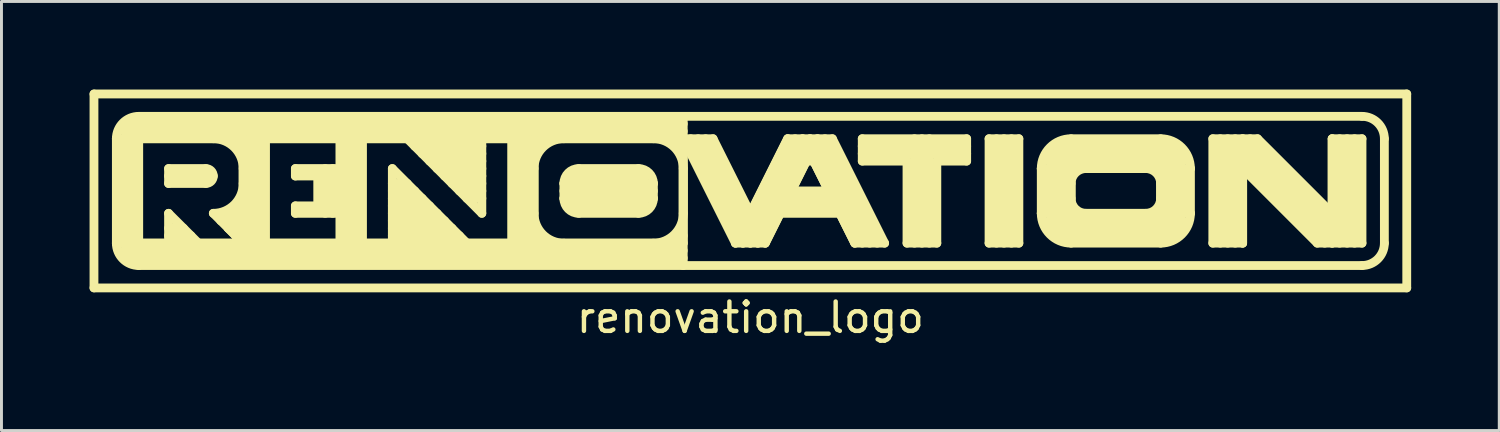
<source format=kicad_pcb>
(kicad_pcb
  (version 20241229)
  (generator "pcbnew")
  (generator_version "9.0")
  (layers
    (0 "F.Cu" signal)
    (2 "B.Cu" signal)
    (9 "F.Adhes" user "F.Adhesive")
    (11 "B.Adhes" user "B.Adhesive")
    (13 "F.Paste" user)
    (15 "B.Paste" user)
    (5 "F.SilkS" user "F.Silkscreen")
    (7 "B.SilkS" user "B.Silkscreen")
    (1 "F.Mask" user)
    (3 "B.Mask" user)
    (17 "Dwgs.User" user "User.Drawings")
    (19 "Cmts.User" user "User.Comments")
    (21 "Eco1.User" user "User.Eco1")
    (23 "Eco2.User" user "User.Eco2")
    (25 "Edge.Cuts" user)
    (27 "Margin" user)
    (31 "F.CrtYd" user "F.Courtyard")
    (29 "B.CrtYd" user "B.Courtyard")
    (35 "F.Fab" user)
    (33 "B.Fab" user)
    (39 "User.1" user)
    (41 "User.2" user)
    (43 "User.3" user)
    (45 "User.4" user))
  (footprint "renovation_logo"
    (layer "F.Cu")
    (at 22.502 7.262)
    (property "Reference" "renovation_logo" (at 0 0.5 0) (layer "F.SilkS") (effects (font (size 1 1) (thickness 0.15))))
    (attr through_hole)
    (fp_line (start -22.352 -7.112) (end -22.352 -0.508) (stroke (width 0.3) (type solid)) (layer "F.SilkS"))
    (fp_line (start -22.352 -7.112) (end 22.352 -7.112) (stroke (width 0.3) (type solid)) (layer "F.SilkS"))
    (fp_line (start -22.352 -0.508) (end 22.352 -0.508) (stroke (width 0.3) (type solid)) (layer "F.SilkS"))
    (fp_line (start -21.59 -5.588) (end -21.59 -2.032) (stroke (width 0.3) (type solid)) (layer "F.SilkS"))
    (fp_line (start -21.59 -5.588) (end -2.286 -5.588) (stroke (width 0.3) (type solid)) (layer "F.SilkS"))
    (fp_line (start -21.59 -2.032) (end -2.286 -2.032) (stroke (width 0.3) (type solid)) (layer "F.SilkS"))
    (fp_line (start -21.336 -6.096) (end -2.286 -6.096) (stroke (width 0.3) (type solid)) (layer "F.SilkS"))
    (fp_line (start -21.336 -5.842) (end -2.286 -5.842) (stroke (width 0.3) (type solid)) (layer "F.SilkS"))
    (fp_line (start -21.336 -5.588) (end -21.336 -2.032) (stroke (width 0.3) (type solid)) (layer "F.SilkS"))
    (fp_line (start -21.336 -1.778) (end -2.286 -1.778) (stroke (width 0.3) (type solid)) (layer "F.SilkS"))
    (fp_line (start -21.336 -1.524) (end -2.286 -1.524) (stroke (width 0.3) (type solid)) (layer "F.SilkS"))
    (fp_line (start -21.082 -5.588) (end -21.082 -2.032) (stroke (width 0.3) (type solid)) (layer "F.SilkS"))
    (fp_line (start -20.828 -6.35) (end 20.828 -6.35) (stroke (width 0.3) (type solid)) (layer "F.SilkS"))
    (fp_line (start -20.828 -5.588) (end -20.828 -2.032) (stroke (width 0.3) (type solid)) (layer "F.SilkS"))
    (fp_line (start -20.828 -2.032) (end -19.812 -2.032) (stroke (width 0.3) (type solid)) (layer "F.SilkS"))
    (fp_line (start -20.828 -1.27) (end 20.828 -1.27) (stroke (width 0.3) (type solid)) (layer "F.SilkS"))
    (fp_line (start -19.812 -4.572) (end -19.812 -4.064) (stroke (width 0.3) (type solid)) (layer "F.SilkS"))
    (fp_line (start -19.812 -4.572) (end -18.542 -4.572) (stroke (width 0.3) (type solid)) (layer "F.SilkS"))
    (fp_line (start -19.812 -4.318) (end -18.288 -4.318) (stroke (width 0.3) (type solid)) (layer "F.SilkS"))
    (fp_line (start -19.812 -4.064) (end -18.542 -4.064) (stroke (width 0.3) (type solid)) (layer "F.SilkS"))
    (fp_line (start -19.812 -3.048) (end -18.796 -2.032) (stroke (width 0.3) (type solid)) (layer "F.SilkS"))
    (fp_line (start -19.812 -2.54) (end -19.304 -2.54) (stroke (width 0.3) (type solid)) (layer "F.SilkS"))
    (fp_line (start -19.812 -2.286) (end -19.05 -2.286) (stroke (width 0.3) (type solid)) (layer "F.SilkS"))
    (fp_line (start -19.812 -2.032) (end -19.812 -3.048) (stroke (width 0.3) (type solid)) (layer "F.SilkS"))
    (fp_line (start -18.796 -2.032) (end -17.272 -2.032) (stroke (width 0.3) (type solid)) (layer "F.SilkS"))
    (fp_line (start -18.288 -5.588) (end -20.828 -5.588) (stroke (width 0.3) (type solid)) (layer "F.SilkS"))
    (fp_line (start -18.034 -3.048) (end -18.034 -2.794) (stroke (width 0.3) (type solid)) (layer "F.SilkS"))
    (fp_line (start -17.78 -2.54) (end -17.78 -3.048) (stroke (width 0.3) (type solid)) (layer "F.SilkS"))
    (fp_line (start -17.526 -5.334) (end -17.272 -5.334) (stroke (width 0.3) (type solid)) (layer "F.SilkS"))
    (fp_line (start -17.526 -3.302) (end -17.526 -2.286) (stroke (width 0.3) (type solid)) (layer "F.SilkS"))
    (fp_line (start -17.526 -2.286) (end -17.78 -2.54) (stroke (width 0.3) (type solid)) (layer "F.SilkS"))
    (fp_line (start -17.272 -5.588) (end -17.272 -2.032) (stroke (width 0.3) (type solid)) (layer "F.SilkS"))
    (fp_line (start -17.272 -4.572) (end -17.272 -4.064) (stroke (width 0.3) (type solid)) (layer "F.SilkS"))
    (fp_line (start -17.272 -2.032) (end -18.288 -3.048) (stroke (width 0.3) (type solid)) (layer "F.SilkS"))
    (fp_line (start -17.018 -5.588) (end -17.018 -2.032) (stroke (width 0.3) (type solid)) (layer "F.SilkS"))
    (fp_line (start -16.764 -5.588) (end -16.764 -2.032) (stroke (width 0.3) (type solid)) (layer "F.SilkS"))
    (fp_line (start -16.51 -5.588) (end -16.51 -2.032) (stroke (width 0.3) (type solid)) (layer "F.SilkS"))
    (fp_line (start -16.51 -2.032) (end -13.97 -2.032) (stroke (width 0.3) (type solid)) (layer "F.SilkS"))
    (fp_line (start -15.494 -4.318) (end -15.494 -4.572) (stroke (width 0.3) (type solid)) (layer "F.SilkS"))
    (fp_line (start -15.494 -3.048) (end -15.494 -3.302) (stroke (width 0.3) (type solid)) (layer "F.SilkS"))
    (fp_line (start -14.732 -4.318) (end -15.494 -4.318) (stroke (width 0.3) (type solid)) (layer "F.SilkS"))
    (fp_line (start -14.732 -3.302) (end -15.494 -3.302) (stroke (width 0.3) (type solid)) (layer "F.SilkS"))
    (fp_line (start -14.732 -3.302) (end -14.732 -4.318) (stroke (width 0.3) (type solid)) (layer "F.SilkS"))
    (fp_line (start -14.478 -4.572) (end -14.478 -3.048) (stroke (width 0.3) (type solid)) (layer "F.SilkS"))
    (fp_line (start -14.224 -4.572) (end -14.224 -3.048) (stroke (width 0.3) (type solid)) (layer "F.SilkS"))
    (fp_line (start -13.97 -5.588) (end -16.51 -5.588) (stroke (width 0.3) (type solid)) (layer "F.SilkS"))
    (fp_line (start -13.97 -5.588) (end -13.97 -2.032) (stroke (width 0.3) (type solid)) (layer "F.SilkS"))
    (fp_line (start -13.97 -4.572) (end -15.494 -4.572) (stroke (width 0.3) (type solid)) (layer "F.SilkS"))
    (fp_line (start -13.97 -4.572) (end -13.97 -5.588) (stroke (width 0.3) (type solid)) (layer "F.SilkS"))
    (fp_line (start -13.97 -3.048) (end -15.494 -3.048) (stroke (width 0.3) (type solid)) (layer "F.SilkS"))
    (fp_line (start -13.97 -2.032) (end -13.97 -3.048) (stroke (width 0.3) (type solid)) (layer "F.SilkS"))
    (fp_line (start -13.716 -5.588) (end -13.716 -2.032) (stroke (width 0.3) (type solid)) (layer "F.SilkS"))
    (fp_line (start -13.462 -5.588) (end -13.462 -2.032) (stroke (width 0.3) (type solid)) (layer "F.SilkS"))
    (fp_line (start -13.208 -5.588) (end -11.684 -5.588) (stroke (width 0.3) (type solid)) (layer "F.SilkS"))
    (fp_line (start -13.208 -2.032) (end -13.208 -5.588) (stroke (width 0.3) (type solid)) (layer "F.SilkS"))
    (fp_line (start -13.208 -2.032) (end -12.192 -2.032) (stroke (width 0.3) (type solid)) (layer "F.SilkS"))
    (fp_line (start -12.192 -4.572) (end -9.652 -2.032) (stroke (width 0.3) (type solid)) (layer "F.SilkS"))
    (fp_line (start -12.192 -4.064) (end -11.684 -4.064) (stroke (width 0.3) (type solid)) (layer "F.SilkS"))
    (fp_line (start -12.192 -3.81) (end -11.43 -3.81) (stroke (width 0.3) (type solid)) (layer "F.SilkS"))
    (fp_line (start -12.192 -3.556) (end -11.176 -3.556) (stroke (width 0.3) (type solid)) (layer "F.SilkS"))
    (fp_line (start -12.192 -3.302) (end -10.922 -3.302) (stroke (width 0.3) (type solid)) (layer "F.SilkS"))
    (fp_line (start -12.192 -3.048) (end -10.668 -3.048) (stroke (width 0.3) (type solid)) (layer "F.SilkS"))
    (fp_line (start -12.192 -2.794) (end -10.414 -2.794) (stroke (width 0.3) (type solid)) (layer "F.SilkS"))
    (fp_line (start -12.192 -2.54) (end -10.16 -2.54) (stroke (width 0.3) (type solid)) (layer "F.SilkS"))
    (fp_line (start -12.192 -2.286) (end -9.906 -2.286) (stroke (width 0.3) (type solid)) (layer "F.SilkS"))
    (fp_line (start -12.192 -2.032) (end -12.192 -4.572) (stroke (width 0.3) (type solid)) (layer "F.SilkS"))
    (fp_line (start -11.43 -5.334) (end -9.144 -5.334) (stroke (width 0.3) (type solid)) (layer "F.SilkS"))
    (fp_line (start -11.176 -5.08) (end -9.144 -5.08) (stroke (width 0.3) (type solid)) (layer "F.SilkS"))
    (fp_line (start -10.922 -4.826) (end -9.144 -4.826) (stroke (width 0.3) (type solid)) (layer "F.SilkS"))
    (fp_line (start -10.668 -4.572) (end -9.144 -4.572) (stroke (width 0.3) (type solid)) (layer "F.SilkS"))
    (fp_line (start -10.414 -4.318) (end -9.144 -4.318) (stroke (width 0.3) (type solid)) (layer "F.SilkS"))
    (fp_line (start -10.16 -4.064) (end -9.144 -4.064) (stroke (width 0.3) (type solid)) (layer "F.SilkS"))
    (fp_line (start -9.906 -3.81) (end -9.144 -3.81) (stroke (width 0.3) (type solid)) (layer "F.SilkS"))
    (fp_line (start -9.652 -3.556) (end -9.144 -3.556) (stroke (width 0.3) (type solid)) (layer "F.SilkS"))
    (fp_line (start -9.652 -2.032) (end -8.128 -2.032) (stroke (width 0.3) (type solid)) (layer "F.SilkS"))
    (fp_line (start -9.144 -5.588) (end -9.144 -3.048) (stroke (width 0.3) (type solid)) (layer "F.SilkS"))
    (fp_line (start -9.144 -3.048) (end -11.684 -5.588) (stroke (width 0.3) (type solid)) (layer "F.SilkS"))
    (fp_line (start -8.128 -5.588) (end -9.144 -5.588) (stroke (width 0.3) (type solid)) (layer "F.SilkS"))
    (fp_line (start -8.128 -2.032) (end -8.128 -5.588) (stroke (width 0.3) (type solid)) (layer "F.SilkS"))
    (fp_line (start -7.874 -5.588) (end -7.874 -2.032) (stroke (width 0.3) (type solid)) (layer "F.SilkS"))
    (fp_line (start -7.62 -5.588) (end -7.62 -2.032) (stroke (width 0.3) (type solid)) (layer "F.SilkS"))
    (fp_line (start -7.366 -5.588) (end -7.366 -2.032) (stroke (width 0.3) (type solid)) (layer "F.SilkS"))
    (fp_line (start -7.366 -5.334) (end -7.112 -5.334) (stroke (width 0.3) (type solid)) (layer "F.SilkS"))
    (fp_line (start -7.366 -4.572) (end -7.366 -3.048) (stroke (width 0.3) (type solid)) (layer "F.SilkS"))
    (fp_line (start -7.366 -2.286) (end -7.112 -2.286) (stroke (width 0.3) (type solid)) (layer "F.SilkS"))
    (fp_line (start -6.35 -4.064) (end -6.35 -3.556) (stroke (width 0.3) (type solid)) (layer "F.SilkS"))
    (fp_line (start -6.35 -4.064) (end -3.302 -4.064) (stroke (width 0.3) (type solid)) (layer "F.SilkS"))
    (fp_line (start -6.35 -3.81) (end -3.302 -3.81) (stroke (width 0.3) (type solid)) (layer "F.SilkS"))
    (fp_line (start -6.35 -3.556) (end -3.302 -3.556) (stroke (width 0.3) (type solid)) (layer "F.SilkS"))
    (fp_line (start -6.35 -2.032) (end -3.302 -2.032) (stroke (width 0.3) (type solid)) (layer "F.SilkS"))
    (fp_line (start -6.096 -4.318) (end -3.556 -4.318) (stroke (width 0.3) (type solid)) (layer "F.SilkS"))
    (fp_line (start -6.096 -3.302) (end -3.556 -3.302) (stroke (width 0.3) (type solid)) (layer "F.SilkS"))
    (fp_line (start -5.842 -3.048) (end -3.81 -3.048) (stroke (width 0.3) (type solid)) (layer "F.SilkS"))
    (fp_line (start -3.81 -4.572) (end -5.842 -4.572) (stroke (width 0.3) (type solid)) (layer "F.SilkS"))
    (fp_line (start -3.302 -5.588) (end -6.35 -5.588) (stroke (width 0.3) (type solid)) (layer "F.SilkS"))
    (fp_line (start -3.302 -3.556) (end -3.302 -4.064) (stroke (width 0.3) (type solid)) (layer "F.SilkS"))
    (fp_line (start -2.54 -5.334) (end -2.286 -5.334) (stroke (width 0.3) (type solid)) (layer "F.SilkS"))
    (fp_line (start -2.54 -2.286) (end -2.286 -2.286) (stroke (width 0.3) (type solid)) (layer "F.SilkS"))
    (fp_line (start -2.286 -6.35) (end -2.286 -1.27) (stroke (width 0.3) (type solid)) (layer "F.SilkS"))
    (fp_line (start -2.286 -5.588) (end -2.286 -2.032) (stroke (width 0.3) (type solid)) (layer "F.SilkS"))
    (fp_line (start -2.286 -5.588) (end -1.27 -5.588) (stroke (width 0.3) (type solid)) (layer "F.SilkS"))
    (fp_line (start -2.286 -5.588) (end -0.508 -2.032) (stroke (width 0.3) (type solid)) (layer "F.SilkS"))
    (fp_line (start -2.286 -3.048) (end -2.286 -4.572) (stroke (width 0.3) (type solid)) (layer "F.SilkS"))
    (fp_line (start -2.032 -5.588) (end -0.254 -2.032) (stroke (width 0.3) (type solid)) (layer "F.SilkS"))
    (fp_line (start -1.778 -5.588) (end 0 -2.032) (stroke (width 0.3) (type solid)) (layer "F.SilkS"))
    (fp_line (start -1.524 -5.588) (end 0.254 -2.032) (stroke (width 0.3) (type solid)) (layer "F.SilkS"))
    (fp_line (start -1.27 -5.588) (end 0 -3.048) (stroke (width 0.3) (type solid)) (layer "F.SilkS"))
    (fp_line (start -0.508 -2.032) (end 0.508 -2.032) (stroke (width 0.3) (type solid)) (layer "F.SilkS"))
    (fp_line (start 0 -3.048) (end 1.27 -5.588) (stroke (width 0.3) (type solid)) (layer "F.SilkS"))
    (fp_line (start 0.508 -2.032) (end 1.016 -3.048) (stroke (width 0.3) (type solid)) (layer "F.SilkS"))
    (fp_line (start 1.016 -3.556) (end 3.048 -3.556) (stroke (width 0.3) (type solid)) (layer "F.SilkS"))
    (fp_line (start 1.016 -3.302) (end 3.048 -3.302) (stroke (width 0.3) (type solid)) (layer "F.SilkS"))
    (fp_line (start 1.016 -3.048) (end 3.048 -3.048) (stroke (width 0.3) (type solid)) (layer "F.SilkS"))
    (fp_line (start 1.27 -5.588) (end -0.508 -2.032) (stroke (width 0.3) (type solid)) (layer "F.SilkS"))
    (fp_line (start 1.27 -5.588) (end 2.794 -5.588) (stroke (width 0.3) (type solid)) (layer "F.SilkS"))
    (fp_line (start 1.397 -3.81) (end 1.905 -4.826) (stroke (width 0.3) (type solid)) (layer "F.SilkS"))
    (fp_line (start 1.397 -3.81) (end 2.667 -3.81) (stroke (width 0.3) (type solid)) (layer "F.SilkS"))
    (fp_line (start 1.524 -5.588) (end -0.254 -2.032) (stroke (width 0.3) (type solid)) (layer "F.SilkS"))
    (fp_line (start 1.778 -5.588) (end 0 -2.032) (stroke (width 0.3) (type solid)) (layer "F.SilkS"))
    (fp_line (start 1.778 -5.588) (end 3.556 -2.032) (stroke (width 0.3) (type solid)) (layer "F.SilkS"))
    (fp_line (start 2.032 -5.588) (end 0.254 -2.032) (stroke (width 0.3) (type solid)) (layer "F.SilkS"))
    (fp_line (start 2.032 -5.588) (end 3.81 -2.032) (stroke (width 0.3) (type solid)) (layer "F.SilkS"))
    (fp_line (start 2.159 -4.826) (end 1.905 -4.826) (stroke (width 0.3) (type solid)) (layer "F.SilkS"))
    (fp_line (start 2.286 -5.588) (end 0.508 -2.032) (stroke (width 0.3) (type solid)) (layer "F.SilkS"))
    (fp_line (start 2.286 -5.588) (end 4.064 -2.032) (stroke (width 0.3) (type solid)) (layer "F.SilkS"))
    (fp_line (start 2.54 -5.588) (end 4.318 -2.032) (stroke (width 0.3) (type solid)) (layer "F.SilkS"))
    (fp_line (start 2.667 -3.81) (end 2.159 -4.826) (stroke (width 0.3) (type solid)) (layer "F.SilkS"))
    (fp_line (start 2.794 -5.588) (end 4.572 -2.032) (stroke (width 0.3) (type solid)) (layer "F.SilkS"))
    (fp_line (start 3.556 -2.032) (end 3.048 -3.048) (stroke (width 0.3) (type solid)) (layer "F.SilkS"))
    (fp_line (start 3.81 -5.588) (end 7.366 -5.588) (stroke (width 0.3) (type solid)) (layer "F.SilkS"))
    (fp_line (start 3.81 -5.334) (end 7.366 -5.334) (stroke (width 0.3) (type solid)) (layer "F.SilkS"))
    (fp_line (start 3.81 -5.08) (end 7.366 -5.08) (stroke (width 0.3) (type solid)) (layer "F.SilkS"))
    (fp_line (start 3.81 -4.826) (end 3.81 -5.588) (stroke (width 0.3) (type solid)) (layer "F.SilkS"))
    (fp_line (start 4.572 -2.032) (end 3.556 -2.032) (stroke (width 0.3) (type solid)) (layer "F.SilkS"))
    (fp_line (start 5.334 -4.826) (end 3.81 -4.826) (stroke (width 0.3) (type solid)) (layer "F.SilkS"))
    (fp_line (start 5.334 -2.032) (end 5.334 -4.826) (stroke (width 0.3) (type solid)) (layer "F.SilkS"))
    (fp_line (start 5.588 -5.588) (end 5.588 -2.032) (stroke (width 0.3) (type solid)) (layer "F.SilkS"))
    (fp_line (start 5.842 -5.588) (end 5.842 -2.032) (stroke (width 0.3) (type solid)) (layer "F.SilkS"))
    (fp_line (start 6.096 -5.588) (end 6.096 -2.032) (stroke (width 0.3) (type solid)) (layer "F.SilkS"))
    (fp_line (start 6.35 -4.826) (end 6.35 -2.032) (stroke (width 0.3) (type solid)) (layer "F.SilkS"))
    (fp_line (start 6.35 -2.032) (end 5.334 -2.032) (stroke (width 0.3) (type solid)) (layer "F.SilkS"))
    (fp_line (start 7.366 -5.588) (end 7.366 -4.826) (stroke (width 0.3) (type solid)) (layer "F.SilkS"))
    (fp_line (start 7.366 -4.826) (end 6.35 -4.826) (stroke (width 0.3) (type solid)) (layer "F.SilkS"))
    (fp_line (start 8.128 -5.588) (end 8.128 -2.032) (stroke (width 0.3) (type solid)) (layer "F.SilkS"))
    (fp_line (start 8.128 -2.032) (end 9.144 -2.032) (stroke (width 0.3) (type solid)) (layer "F.SilkS"))
    (fp_line (start 8.382 -5.588) (end 8.382 -2.032) (stroke (width 0.3) (type solid)) (layer "F.SilkS"))
    (fp_line (start 8.636 -5.588) (end 8.636 -2.032) (stroke (width 0.3) (type solid)) (layer "F.SilkS"))
    (fp_line (start 8.89 -5.588) (end 8.89 -2.032) (stroke (width 0.3) (type solid)) (layer "F.SilkS"))
    (fp_line (start 9.144 -5.588) (end 8.128 -5.588) (stroke (width 0.3) (type solid)) (layer "F.SilkS"))
    (fp_line (start 9.144 -2.032) (end 9.144 -5.588) (stroke (width 0.3) (type solid)) (layer "F.SilkS"))
    (fp_line (start 9.906 -4.572) (end 9.906 -3.048) (stroke (width 0.3) (type solid)) (layer "F.SilkS"))
    (fp_line (start 9.906 -4.572) (end 14.986 -4.572) (stroke (width 0.3) (type solid)) (layer "F.SilkS"))
    (fp_line (start 9.906 -3.048) (end 14.986 -3.048) (stroke (width 0.3) (type solid)) (layer "F.SilkS"))
    (fp_line (start 10.16 -5.08) (end 14.732 -5.08) (stroke (width 0.3) (type solid)) (layer "F.SilkS"))
    (fp_line (start 10.16 -4.826) (end 14.732 -4.826) (stroke (width 0.3) (type solid)) (layer "F.SilkS"))
    (fp_line (start 10.16 -4.572) (end 10.16 -3.048) (stroke (width 0.3) (type solid)) (layer "F.SilkS"))
    (fp_line (start 10.16 -2.794) (end 14.732 -2.794) (stroke (width 0.3) (type solid)) (layer "F.SilkS"))
    (fp_line (start 10.16 -2.54) (end 14.732 -2.54) (stroke (width 0.3) (type solid)) (layer "F.SilkS"))
    (fp_line (start 10.414 -5.334) (end 14.478 -5.334) (stroke (width 0.3) (type solid)) (layer "F.SilkS"))
    (fp_line (start 10.414 -4.572) (end 10.414 -3.048) (stroke (width 0.3) (type solid)) (layer "F.SilkS"))
    (fp_line (start 10.414 -2.286) (end 14.478 -2.286) (stroke (width 0.3) (type solid)) (layer "F.SilkS"))
    (fp_line (start 10.668 -4.572) (end 10.668 -3.048) (stroke (width 0.3) (type solid)) (layer "F.SilkS"))
    (fp_line (start 10.922 -4.572) (end 10.922 -3.048) (stroke (width 0.3) (type solid)) (layer "F.SilkS"))
    (fp_line (start 10.922 -4.064) (end 10.922 -3.556) (stroke (width 0.3) (type solid)) (layer "F.SilkS"))
    (fp_line (start 10.922 -2.032) (end 13.97 -2.032) (stroke (width 0.3) (type solid)) (layer "F.SilkS"))
    (fp_line (start 11.43 -3.048) (end 13.462 -3.048) (stroke (width 0.3) (type solid)) (layer "F.SilkS"))
    (fp_line (start 13.462 -4.572) (end 11.43 -4.572) (stroke (width 0.3) (type solid)) (layer "F.SilkS"))
    (fp_line (start 13.97 -5.588) (end 10.922 -5.588) (stroke (width 0.3) (type solid)) (layer "F.SilkS"))
    (fp_line (start 13.97 -4.572) (end 13.97 -3.048) (stroke (width 0.3) (type solid)) (layer "F.SilkS"))
    (fp_line (start 13.97 -3.556) (end 13.97 -4.064) (stroke (width 0.3) (type solid)) (layer "F.SilkS"))
    (fp_line (start 14.224 -4.572) (end 14.224 -3.048) (stroke (width 0.3) (type solid)) (layer "F.SilkS"))
    (fp_line (start 14.478 -4.572) (end 14.478 -3.048) (stroke (width 0.3) (type solid)) (layer "F.SilkS"))
    (fp_line (start 14.732 -4.572) (end 14.732 -3.048) (stroke (width 0.3) (type solid)) (layer "F.SilkS"))
    (fp_line (start 14.986 -3.048) (end 14.986 -4.572) (stroke (width 0.3) (type solid)) (layer "F.SilkS"))
    (fp_line (start 15.748 -5.588) (end 17.272 -5.588) (stroke (width 0.3) (type solid)) (layer "F.SilkS"))
    (fp_line (start 15.748 -2.032) (end 15.748 -5.588) (stroke (width 0.3) (type solid)) (layer "F.SilkS"))
    (fp_line (start 15.748 -2.032) (end 16.764 -2.032) (stroke (width 0.3) (type solid)) (layer "F.SilkS"))
    (fp_line (start 16.002 -2.032) (end 16.002 -5.588) (stroke (width 0.3) (type solid)) (layer "F.SilkS"))
    (fp_line (start 16.256 -2.032) (end 16.256 -5.588) (stroke (width 0.3) (type solid)) (layer "F.SilkS"))
    (fp_line (start 16.51 -2.032) (end 16.51 -5.588) (stroke (width 0.3) (type solid)) (layer "F.SilkS"))
    (fp_line (start 16.764 -5.588) (end 19.812 -2.54) (stroke (width 0.3) (type solid)) (layer "F.SilkS"))
    (fp_line (start 16.764 -5.334) (end 19.812 -2.286) (stroke (width 0.3) (type solid)) (layer "F.SilkS"))
    (fp_line (start 16.764 -5.08) (end 19.812 -2.032) (stroke (width 0.3) (type solid)) (layer "F.SilkS"))
    (fp_line (start 16.764 -4.826) (end 19.558 -2.032) (stroke (width 0.3) (type solid)) (layer "F.SilkS"))
    (fp_line (start 16.764 -4.572) (end 19.304 -2.032) (stroke (width 0.3) (type solid)) (layer "F.SilkS"))
    (fp_line (start 16.764 -2.032) (end 16.764 -5.588) (stroke (width 0.3) (type solid)) (layer "F.SilkS"))
    (fp_line (start 16.764 -2.032) (end 16.764 -4.572) (stroke (width 0.3) (type solid)) (layer "F.SilkS"))
    (fp_line (start 17.018 -5.588) (end 19.812 -2.794) (stroke (width 0.3) (type solid)) (layer "F.SilkS"))
    (fp_line (start 19.304 -2.032) (end 20.828 -2.032) (stroke (width 0.3) (type solid)) (layer "F.SilkS"))
    (fp_line (start 19.812 -5.588) (end 19.812 -3.048) (stroke (width 0.3) (type solid)) (layer "F.SilkS"))
    (fp_line (start 19.812 -3.048) (end 17.272 -5.588) (stroke (width 0.3) (type solid)) (layer "F.SilkS"))
    (fp_line (start 19.812 -2.032) (end 19.812 -5.588) (stroke (width 0.3) (type solid)) (layer "F.SilkS"))
    (fp_line (start 20.066 -2.032) (end 20.066 -5.588) (stroke (width 0.3) (type solid)) (layer "F.SilkS"))
    (fp_line (start 20.32 -2.032) (end 20.32 -5.588) (stroke (width 0.3) (type solid)) (layer "F.SilkS"))
    (fp_line (start 20.574 -2.032) (end 20.574 -5.588) (stroke (width 0.3) (type solid)) (layer "F.SilkS"))
    (fp_line (start 20.828 -5.588) (end 19.812 -5.588) (stroke (width 0.3) (type solid)) (layer "F.SilkS"))
    (fp_line (start 20.828 -2.032) (end 20.828 -5.588) (stroke (width 0.3) (type solid)) (layer "F.SilkS"))
    (fp_line (start 21.59 -5.588) (end 21.59 -2.032) (stroke (width 0.3) (type solid)) (layer "F.SilkS"))
    (fp_line (start 22.352 -7.112) (end 22.352 -0.508) (stroke (width 0.3) (type solid)) (layer "F.SilkS"))
    (fp_arc (start -21.59 -5.588) (mid -21.366815 -6.126815) (end -20.828 -6.35) (stroke (width 0.3) (type solid)) (layer "F.SilkS"))
    (fp_arc (start -20.828 -1.27) (mid -21.366815 -1.493185) (end -21.59 -2.032) (stroke (width 0.3) (type solid)) (layer "F.SilkS"))
    (fp_arc (start -18.542 -4.572) (mid -18.288 -4.318) (end -18.542 -4.064) (stroke (width 0.3) (type solid)) (layer "F.SilkS"))
    (fp_arc (start -18.288 -5.588) (mid -17.56958 -5.29042) (end -17.272 -4.572) (stroke (width 0.3) (type solid)) (layer "F.SilkS"))
    (fp_arc (start -17.272 -4.064) (mid -17.56958 -3.34558) (end -18.288 -3.048) (stroke (width 0.3) (type solid)) (layer "F.SilkS"))
    (fp_arc (start -7.366 -4.572) (mid -7.06842 -5.29042) (end -6.35 -5.588) (stroke (width 0.3) (type solid)) (layer "F.SilkS"))
    (fp_arc (start -6.35 -4.064) (mid -6.20121 -4.42321) (end -5.842 -4.572) (stroke (width 0.3) (type solid)) (layer "F.SilkS"))
    (fp_arc (start -6.35 -2.032) (mid -7.06842 -2.32958) (end -7.366 -3.048) (stroke (width 0.3) (type solid)) (layer "F.SilkS"))
    (fp_arc (start -5.842 -3.048) (mid -6.20121 -3.19679) (end -6.35 -3.556) (stroke (width 0.3) (type solid)) (layer "F.SilkS"))
    (fp_arc (start -3.81 -4.572) (mid -3.45079 -4.42321) (end -3.302 -4.064) (stroke (width 0.3) (type solid)) (layer "F.SilkS"))
    (fp_arc (start -3.302 -5.588) (mid -2.58358 -5.29042) (end -2.286 -4.572) (stroke (width 0.3) (type solid)) (layer "F.SilkS"))
    (fp_arc (start -3.302 -3.556) (mid -3.45079 -3.19679) (end -3.81 -3.048) (stroke (width 0.3) (type solid)) (layer "F.SilkS"))
    (fp_arc (start -2.286 -3.048) (mid -2.58358 -2.32958) (end -3.302 -2.032) (stroke (width 0.3) (type solid)) (layer "F.SilkS"))
    (fp_arc (start 9.906 -4.572) (mid 10.20358 -5.29042) (end 10.922 -5.588) (stroke (width 0.3) (type solid)) (layer "F.SilkS"))
    (fp_arc (start 10.922 -4.064) (mid 11.07079 -4.42321) (end 11.43 -4.572) (stroke (width 0.3) (type solid)) (layer "F.SilkS"))
    (fp_arc (start 10.922 -2.032) (mid 10.20358 -2.32958) (end 9.906 -3.048) (stroke (width 0.3) (type solid)) (layer "F.SilkS"))
    (fp_arc (start 11.43 -3.048) (mid 11.07079 -3.19679) (end 10.922 -3.556) (stroke (width 0.3) (type solid)) (layer "F.SilkS"))
    (fp_arc (start 13.462 -4.572) (mid 13.82121 -4.42321) (end 13.97 -4.064) (stroke (width 0.3) (type solid)) (layer "F.SilkS"))
    (fp_arc (start 13.97 -5.588) (mid 14.68842 -5.29042) (end 14.986 -4.572) (stroke (width 0.3) (type solid)) (layer "F.SilkS"))
    (fp_arc (start 13.97 -3.556) (mid 13.82121 -3.19679) (end 13.462 -3.048) (stroke (width 0.3) (type solid)) (layer "F.SilkS"))
    (fp_arc (start 14.986 -3.048) (mid 14.68842 -2.32958) (end 13.97 -2.032) (stroke (width 0.3) (type solid)) (layer "F.SilkS"))
    (fp_arc (start 20.828 -6.35) (mid 21.366815 -6.126815) (end 21.59 -5.588) (stroke (width 0.3) (type solid)) (layer "F.SilkS"))
    (fp_arc (start 21.59 -2.032) (mid 21.366815 -1.493185) (end 20.828 -1.27) (stroke (width 0.3) (type solid)) (layer "F.SilkS")))
  (gr_rect
    (start -3 -3)
    (end 48.004 11.61)
    (stroke (width 0.1) (type default))
    (fill no)
    (layer "Edge.Cuts")))
</source>
